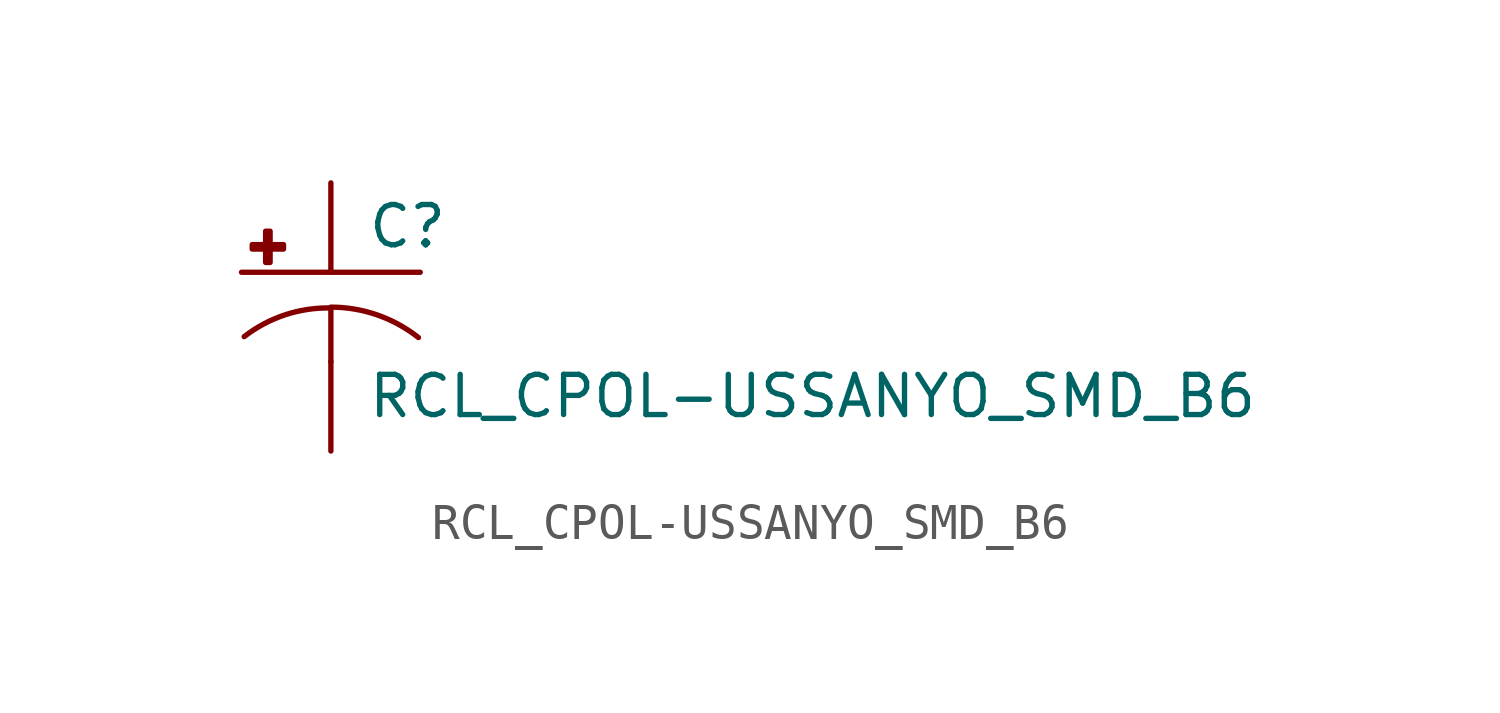
<source format=kicad_sym>
(kicad_symbol_lib
  (version 20210619)
  (generator kicad_symbol_editor)
  (symbol "RCL_CPOL-USSANYO_SMD_B6"
    (pin_numbers hide)
    (pin_names
      (offset 1.016) hide)
    (property "Reference" "C"
      (at 1.016 0.635 0)
      (effects (font (size 1.143 1.143)) (justify left bottom)))
    (property "Value" "RCL_CPOL-USSANYO_SMD_B6"
      (at 1.016 -4.191 0)
      (effects (font (size 1.143 1.143)) (justify left bottom)))
    (property "ki_locked" ""
      (at 0 0 0)
      (effects (font (size 1.27 1.27))))
    (symbol "RCL_CPOL-USSANYO_SMD_B6_1_0"
      (polyline (pts (xy -2.54 0) (xy 2.54 0)) (stroke (width 0)) (fill (type none)))
      (polyline (pts (xy 0 -1.016) (xy 0 -2.54)) (stroke (width 0)) (fill (type none)))
      (polyline (pts (xy 0 -1.016) (xy 0 -1.016)) (stroke (width 0)) (fill (type none))))
    (symbol "RCL_CPOL-USSANYO_SMD_B6_1_1"
      (arc (start 0 -1.016) (end -2.4638 -1.8288) (radius (at 0 -5.0546) (length 4.0386) (angles 90.1 127.3)) (stroke (width 0)) (fill (type none)))
      (arc (start 2.4892 -1.8542) (end 0 -0.9906) (radius (at 0 -5.0292) (length 4.0386) (angles 52.3 89.9)) (stroke (width 0)) (fill (type none)))
      (rectangle (start -2.235 0.66) (end -1.346 0.787) (stroke (width 0)) (fill (type outline)))
      (rectangle (start -1.854 0.279) (end -1.727 1.168) (stroke (width 0)) (fill (type outline)))
      (pin passive line (at 0 2.54 270) (length 2.54) (name "+" (effects (font (size 1.016 1.016)))) (number "+" (effects (font (size 1.016 1.016)))))
      (pin passive line (at 0 -5.08 90) (length 2.54) (name "-" (effects (font (size 1.016 1.016)))) (number "-" (effects (font (size 1.016 1.016))))))))
</source>
